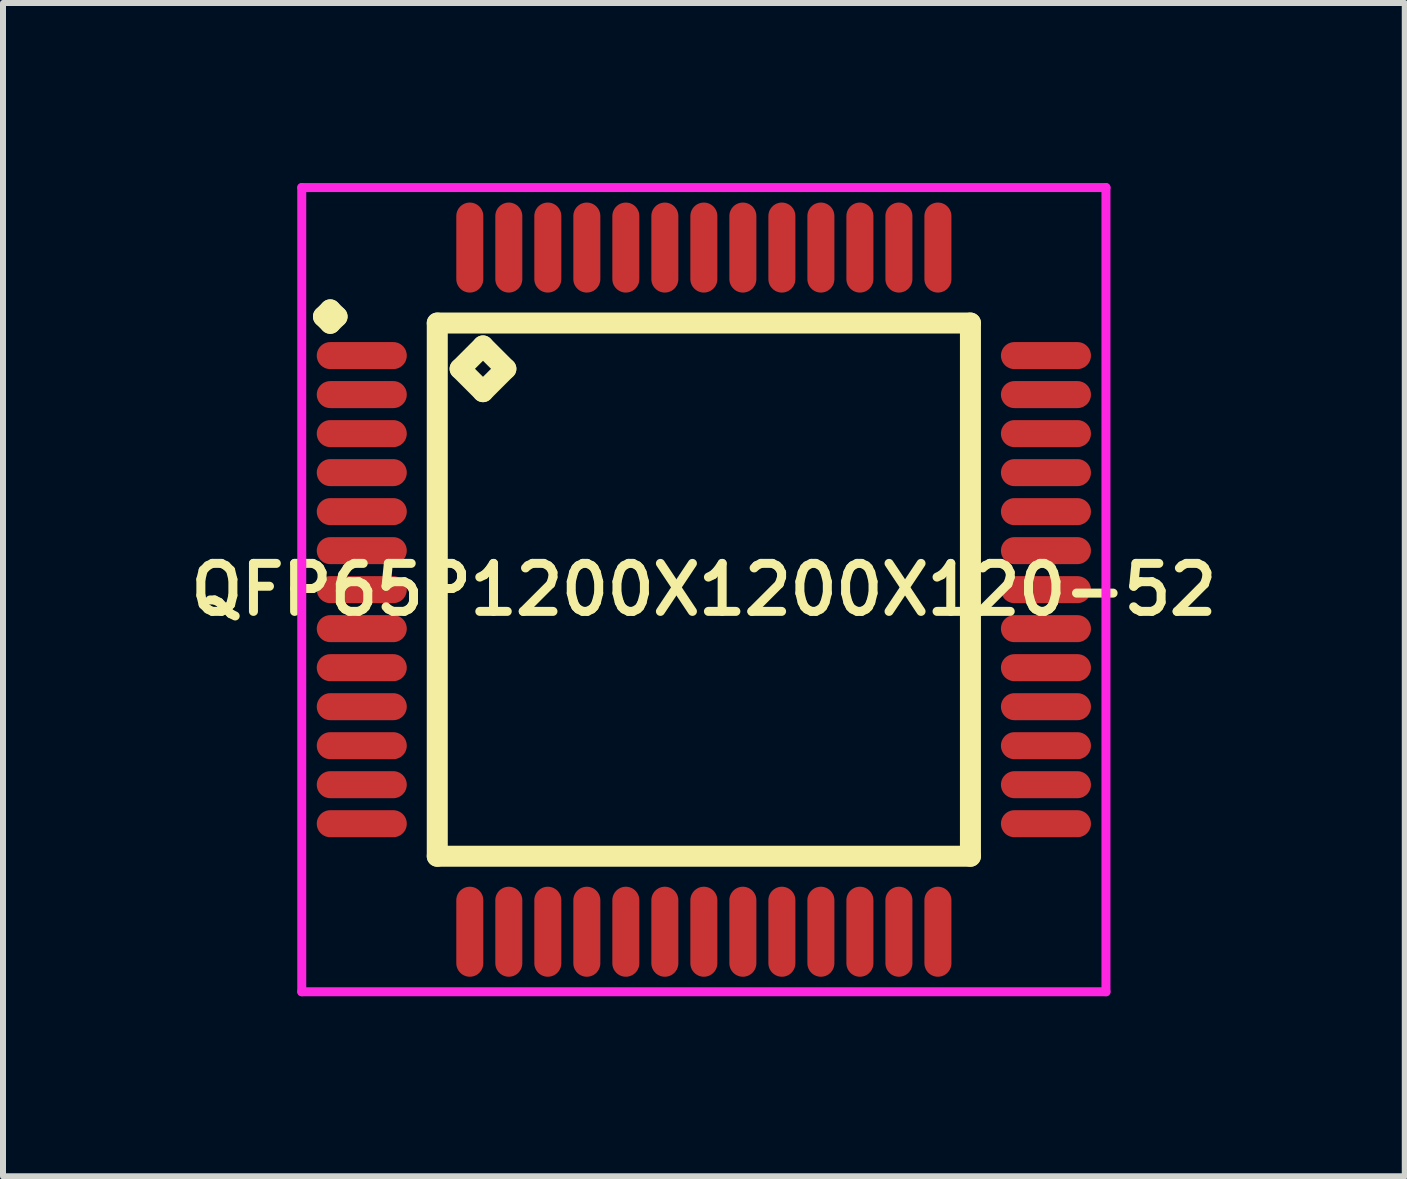
<source format=kicad_pcb>
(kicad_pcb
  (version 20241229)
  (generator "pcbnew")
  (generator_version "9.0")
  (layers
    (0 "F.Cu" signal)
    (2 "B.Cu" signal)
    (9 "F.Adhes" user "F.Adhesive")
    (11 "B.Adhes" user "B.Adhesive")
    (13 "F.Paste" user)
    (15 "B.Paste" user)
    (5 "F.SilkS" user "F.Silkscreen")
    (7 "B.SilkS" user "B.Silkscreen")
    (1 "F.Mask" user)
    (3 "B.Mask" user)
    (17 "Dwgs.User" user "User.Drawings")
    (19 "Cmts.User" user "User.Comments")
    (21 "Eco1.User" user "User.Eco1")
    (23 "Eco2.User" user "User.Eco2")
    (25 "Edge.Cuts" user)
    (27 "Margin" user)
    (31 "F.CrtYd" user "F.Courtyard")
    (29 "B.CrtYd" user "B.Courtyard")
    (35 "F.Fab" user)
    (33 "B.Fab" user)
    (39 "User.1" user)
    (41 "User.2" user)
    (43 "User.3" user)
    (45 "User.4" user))
  (footprint "QFP65P1200X1200X120-52"
    (layer "F.Cu")
    (at 8.678 6.775)
    (property "Reference" "QFP65P1200X1200X120-52" (at 0 0 0) (layer "F.SilkS") (effects (font (size 0.8 0.8) (thickness 0.15))))
    (attr through_hole)
    (fp_line (start -6.338 -4.55) (end -6.225 -4.662) (stroke (width 0.35) (type solid)) (layer "F.SilkS"))
    (fp_line (start -6.225 -4.662) (end -6.112 -4.55) (stroke (width 0.35) (type solid)) (layer "F.SilkS"))
    (fp_line (start -6.225 -4.438) (end -6.338 -4.55) (stroke (width 0.35) (type solid)) (layer "F.SilkS"))
    (fp_line (start -6.112 -4.55) (end -6.225 -4.438) (stroke (width 0.35) (type solid)) (layer "F.SilkS"))
    (fp_line (start -4.442 -4.442) (end -4.442 4.442) (stroke (width 0.35) (type solid)) (layer "F.SilkS"))
    (fp_line (start -4.442 4.442) (end 4.442 4.442) (stroke (width 0.35) (type solid)) (layer "F.SilkS"))
    (fp_line (start -4.061 -3.68) (end -3.68 -4.061) (stroke (width 0.35) (type solid)) (layer "F.SilkS"))
    (fp_line (start -3.68 -4.061) (end -3.299 -3.68) (stroke (width 0.35) (type solid)) (layer "F.SilkS"))
    (fp_line (start -3.68 -3.299) (end -4.061 -3.68) (stroke (width 0.35) (type solid)) (layer "F.SilkS"))
    (fp_line (start -3.299 -3.68) (end -3.68 -3.299) (stroke (width 0.35) (type solid)) (layer "F.SilkS"))
    (fp_line (start 4.442 -4.442) (end -4.442 -4.442) (stroke (width 0.35) (type solid)) (layer "F.SilkS"))
    (fp_line (start 4.442 4.442) (end 4.442 -4.442) (stroke (width 0.35) (type solid)) (layer "F.SilkS"))
    (fp_line (start -6.7 -6.7) (end 6.7 -6.7) (stroke (width 0.15) (type solid)) (layer "F.CrtYd"))
    (fp_line (start -6.7 6.7) (end -6.7 -6.7) (stroke (width 0.15) (type solid)) (layer "F.CrtYd"))
    (fp_line (start 6.7 -6.7) (end 6.7 6.7) (stroke (width 0.15) (type solid)) (layer "F.CrtYd"))
    (fp_line (start 6.7 6.7) (end -6.7 6.7) (stroke (width 0.15) (type solid)) (layer "F.CrtYd"))
    (pad "1" smd oval (at -5.7 -3.9) (size 1.5 0.45) (layers "F.Cu" "F.Mask" "F.Paste"))
    (pad "2" smd oval (at -5.7 -3.25) (size 1.5 0.45) (layers "F.Cu" "F.Mask" "F.Paste"))
    (pad "3" smd oval (at -5.7 -2.6) (size 1.5 0.45) (layers "F.Cu" "F.Mask" "F.Paste"))
    (pad "4" smd oval (at -5.7 -1.95) (size 1.5 0.45) (layers "F.Cu" "F.Mask" "F.Paste"))
    (pad "5" smd oval (at -5.7 -1.3) (size 1.5 0.45) (layers "F.Cu" "F.Mask" "F.Paste"))
    (pad "6" smd oval (at -5.7 -0.65) (size 1.5 0.45) (layers "F.Cu" "F.Mask" "F.Paste"))
    (pad "7" smd oval (at -5.7 0) (size 1.5 0.45) (layers "F.Cu" "F.Mask" "F.Paste"))
    (pad "8" smd oval (at -5.7 0.65) (size 1.5 0.45) (layers "F.Cu" "F.Mask" "F.Paste"))
    (pad "9" smd oval (at -5.7 1.3) (size 1.5 0.45) (layers "F.Cu" "F.Mask" "F.Paste"))
    (pad "10" smd oval (at -5.7 1.95) (size 1.5 0.45) (layers "F.Cu" "F.Mask" "F.Paste"))
    (pad "11" smd oval (at -5.7 2.6) (size 1.5 0.45) (layers "F.Cu" "F.Mask" "F.Paste"))
    (pad "12" smd oval (at -5.7 3.25) (size 1.5 0.45) (layers "F.Cu" "F.Mask" "F.Paste"))
    (pad "13" smd oval (at -5.7 3.9) (size 1.5 0.45) (layers "F.Cu" "F.Mask" "F.Paste"))
    (pad "14" smd oval (at -3.9 5.7) (size 0.45 1.5) (layers "F.Cu" "F.Mask" "F.Paste"))
    (pad "15" smd oval (at -3.25 5.7) (size 0.45 1.5) (layers "F.Cu" "F.Mask" "F.Paste"))
    (pad "16" smd oval (at -2.6 5.7) (size 0.45 1.5) (layers "F.Cu" "F.Mask" "F.Paste"))
    (pad "17" smd oval (at -1.95 5.7) (size 0.45 1.5) (layers "F.Cu" "F.Mask" "F.Paste"))
    (pad "18" smd oval (at -1.3 5.7) (size 0.45 1.5) (layers "F.Cu" "F.Mask" "F.Paste"))
    (pad "19" smd oval (at -0.65 5.7) (size 0.45 1.5) (layers "F.Cu" "F.Mask" "F.Paste"))
    (pad "20" smd oval (at 0 5.7) (size 0.45 1.5) (layers "F.Cu" "F.Mask" "F.Paste"))
    (pad "21" smd oval (at 0.65 5.7) (size 0.45 1.5) (layers "F.Cu" "F.Mask" "F.Paste"))
    (pad "22" smd oval (at 1.3 5.7) (size 0.45 1.5) (layers "F.Cu" "F.Mask" "F.Paste"))
    (pad "23" smd oval (at 1.95 5.7) (size 0.45 1.5) (layers "F.Cu" "F.Mask" "F.Paste"))
    (pad "24" smd oval (at 2.6 5.7) (size 0.45 1.5) (layers "F.Cu" "F.Mask" "F.Paste"))
    (pad "25" smd oval (at 3.25 5.7) (size 0.45 1.5) (layers "F.Cu" "F.Mask" "F.Paste"))
    (pad "26" smd oval (at 3.9 5.7) (size 0.45 1.5) (layers "F.Cu" "F.Mask" "F.Paste"))
    (pad "27" smd oval (at 5.7 3.9) (size 1.5 0.45) (layers "F.Cu" "F.Mask" "F.Paste"))
    (pad "28" smd oval (at 5.7 3.25) (size 1.5 0.45) (layers "F.Cu" "F.Mask" "F.Paste"))
    (pad "29" smd oval (at 5.7 2.6) (size 1.5 0.45) (layers "F.Cu" "F.Mask" "F.Paste"))
    (pad "30" smd oval (at 5.7 1.95) (size 1.5 0.45) (layers "F.Cu" "F.Mask" "F.Paste"))
    (pad "31" smd oval (at 5.7 1.3) (size 1.5 0.45) (layers "F.Cu" "F.Mask" "F.Paste"))
    (pad "32" smd oval (at 5.7 0.65) (size 1.5 0.45) (layers "F.Cu" "F.Mask" "F.Paste"))
    (pad "33" smd oval (at 5.7 0) (size 1.5 0.45) (layers "F.Cu" "F.Mask" "F.Paste"))
    (pad "34" smd oval (at 5.7 -0.65) (size 1.5 0.45) (layers "F.Cu" "F.Mask" "F.Paste"))
    (pad "35" smd oval (at 5.7 -1.3) (size 1.5 0.45) (layers "F.Cu" "F.Mask" "F.Paste"))
    (pad "36" smd oval (at 5.7 -1.95) (size 1.5 0.45) (layers "F.Cu" "F.Mask" "F.Paste"))
    (pad "37" smd oval (at 5.7 -2.6) (size 1.5 0.45) (layers "F.Cu" "F.Mask" "F.Paste"))
    (pad "38" smd oval (at 5.7 -3.25) (size 1.5 0.45) (layers "F.Cu" "F.Mask" "F.Paste"))
    (pad "39" smd oval (at 5.7 -3.9) (size 1.5 0.45) (layers "F.Cu" "F.Mask" "F.Paste"))
    (pad "40" smd oval (at 3.9 -5.7) (size 0.45 1.5) (layers "F.Cu" "F.Mask" "F.Paste"))
    (pad "41" smd oval (at 3.25 -5.7) (size 0.45 1.5) (layers "F.Cu" "F.Mask" "F.Paste"))
    (pad "42" smd oval (at 2.6 -5.7) (size 0.45 1.5) (layers "F.Cu" "F.Mask" "F.Paste"))
    (pad "43" smd oval (at 1.95 -5.7) (size 0.45 1.5) (layers "F.Cu" "F.Mask" "F.Paste"))
    (pad "44" smd oval (at 1.3 -5.7) (size 0.45 1.5) (layers "F.Cu" "F.Mask" "F.Paste"))
    (pad "45" smd oval (at 0.65 -5.7) (size 0.45 1.5) (layers "F.Cu" "F.Mask" "F.Paste"))
    (pad "46" smd oval (at 0 -5.7) (size 0.45 1.5) (layers "F.Cu" "F.Mask" "F.Paste"))
    (pad "47" smd oval (at -0.65 -5.7) (size 0.45 1.5) (layers "F.Cu" "F.Mask" "F.Paste"))
    (pad "48" smd oval (at -1.3 -5.7) (size 0.45 1.5) (layers "F.Cu" "F.Mask" "F.Paste"))
    (pad "49" smd oval (at -1.95 -5.7) (size 0.45 1.5) (layers "F.Cu" "F.Mask" "F.Paste"))
    (pad "50" smd oval (at -2.6 -5.7) (size 0.45 1.5) (layers "F.Cu" "F.Mask" "F.Paste"))
    (pad "51" smd oval (at -3.25 -5.7) (size 0.45 1.5) (layers "F.Cu" "F.Mask" "F.Paste"))
    (pad "52" smd oval (at -3.9 -5.7) (size 0.45 1.5) (layers "F.Cu" "F.Mask" "F.Paste")))
  (gr_rect
    (start -3 -3)
    (end 20.357 16.55)
    (stroke (width 0.1) (type default))
    (fill no)
    (layer "Edge.Cuts")))
</source>
